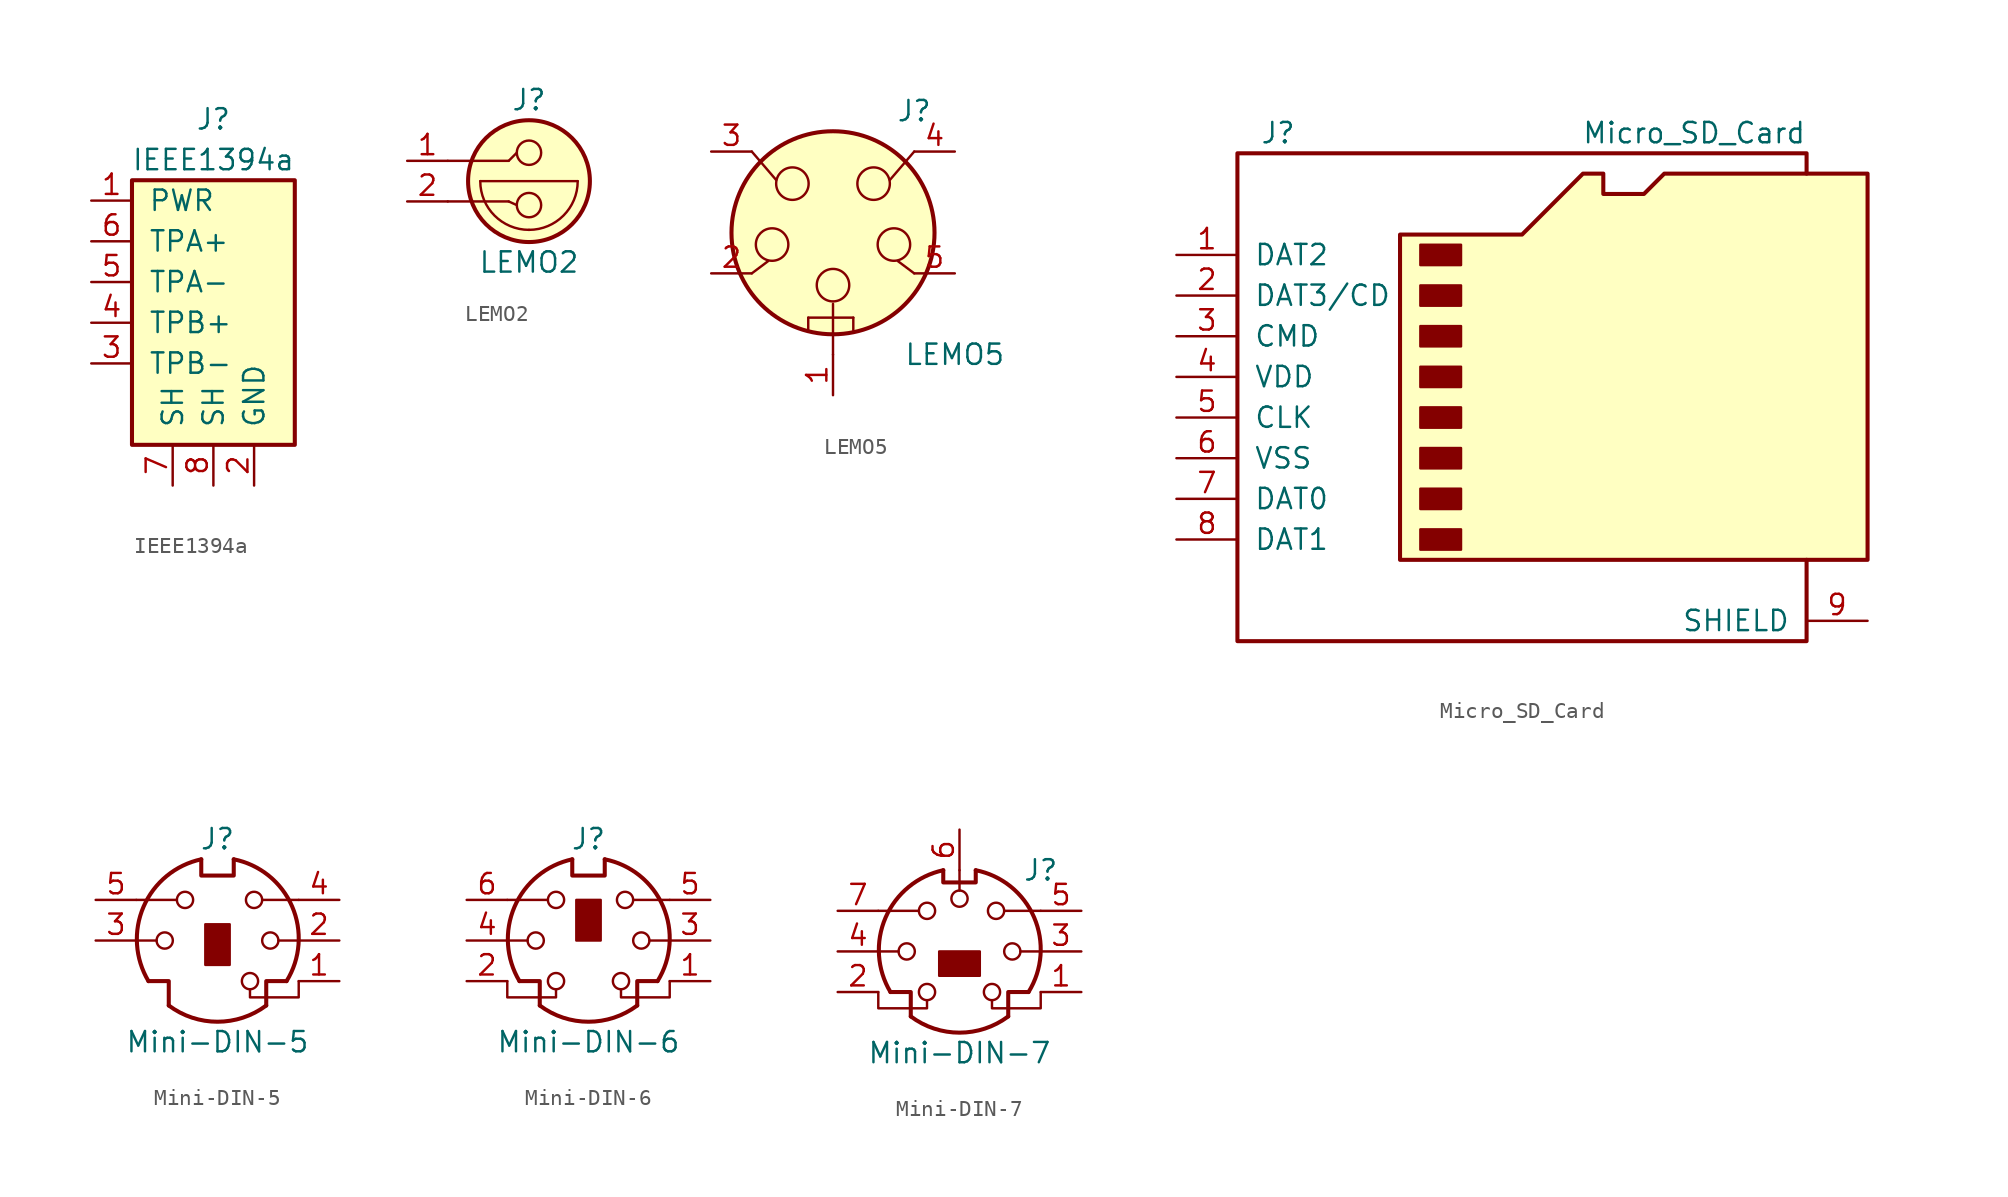
<source format=kicad_sym>
(kicad_symbol_lib
  (version 20220914)
  (generator kicad_symbol_editor)
  (symbol "IEEE1394a"
    (pin_names
      (offset 1.016))
    (property "Reference" "J"
      (at 0 12.7 0)
      (effects (font (size 1.27 1.27))))
    (property "Value" "IEEE1394a"
      (at 0 10.16 0)
      (effects (font (size 1.27 1.27))))
    (symbol "IEEE1394a_0_1"
      (rectangle (start -5.08 8.89) (end 5.08 -7.62) (stroke (width 0.254) (type default)) (fill (type background))))
    (symbol "IEEE1394a_1_1"
      (pin power_in line (at -7.62 7.62 0) (length 2.54) (name "PWR" (effects (font (size 1.27 1.27)))) (number "1" (effects (font (size 1.27 1.27)))))
      (pin power_in line (at 2.54 -10.16 90) (length 2.54) (name "GND" (effects (font (size 1.27 1.27)))) (number "2" (effects (font (size 1.27 1.27)))))
      (pin bidirectional line (at -7.62 -2.54 0) (length 2.54) (name "TPB-" (effects (font (size 1.27 1.27)))) (number "3" (effects (font (size 1.27 1.27)))))
      (pin bidirectional line (at -7.62 0 0) (length 2.54) (name "TPB+" (effects (font (size 1.27 1.27)))) (number "4" (effects (font (size 1.27 1.27)))))
      (pin bidirectional line (at -7.62 2.54 0) (length 2.54) (name "TPA-" (effects (font (size 1.27 1.27)))) (number "5" (effects (font (size 1.27 1.27)))))
      (pin bidirectional line (at -7.62 5.08 0) (length 2.54) (name "TPA+" (effects (font (size 1.27 1.27)))) (number "6" (effects (font (size 1.27 1.27)))))
      (pin passive line (at -2.54 -10.16 90) (length 2.54) (name "SH" (effects (font (size 1.27 1.27)))) (number "7" (effects (font (size 1.27 1.27)))))
      (pin passive line (at 0 -10.16 90) (length 2.54) (name "SH" (effects (font (size 1.27 1.27)))) (number "8" (effects (font (size 1.27 1.27)))))))
  (symbol "LEMO2"
    (pin_names
      (offset 1.016) hide)
    (property "Reference" "J"
      (at 0 6.35 0)
      (effects (font (size 1.27 1.27))))
    (property "Value" "LEMO2"
      (at 0 -3.81 0)
      (effects (font (size 1.27 1.27))))
    (symbol "LEMO2_0_1"
      (arc (start -3.048 1.27) (mid -2.1553 -0.8853) (end 0 -1.778) (stroke (width 0) (type default)) (fill (type none)))
      (arc (start 0 -1.778) (mid 2.1553 -0.8853) (end 3.048 1.27) (stroke (width 0) (type default)) (fill (type none)))
      (circle (center 0 -0.229) (radius 0.762) (stroke (width 0) (type default)) (fill (type none)))
      (polyline (pts (xy -5.08 0) (xy -1.27 0)) (stroke (width 0) (type default)) (fill (type none)))
      (polyline (pts (xy -5.08 2.54) (xy -1.27 2.54)) (stroke (width 0) (type default)) (fill (type none)))
      (polyline (pts (xy -3.048 1.27) (xy 3.048 1.27)) (stroke (width 0) (type default)) (fill (type none)))
      (polyline (pts (xy -1.27 2.54) (xy -0.762 3.048)) (stroke (width 0) (type default)) (fill (type none)))
      (polyline (pts (xy -0.762 -0.229) (xy -1.27 0)) (stroke (width 0) (type default)) (fill (type none)))
      (circle (center 0 1.27) (radius 3.81) (stroke (width 0.254) (type default)) (fill (type background)))
      (circle (center 0 3.048) (radius 0.762) (stroke (width 0) (type default)) (fill (type none))))
    (symbol "LEMO2_1_1"
      (pin passive line (at -7.62 2.54 0) (length 2.54) (name "~" (effects (font (size 1.27 1.27)))) (number "1" (effects (font (size 1.27 1.27)))))
      (pin passive line (at -7.62 0 0) (length 2.54) (name "~" (effects (font (size 1.27 1.27)))) (number "2" (effects (font (size 1.27 1.27)))))))
  (symbol "LEMO5"
    (pin_names
      (offset 1.016) hide)
    (property "Reference" "J"
      (at 5.08 7.62 0)
      (effects (font (size 1.27 1.27))))
    (property "Value" "LEMO5"
      (at 7.62 -7.62 0)
      (effects (font (size 1.27 1.27))))
    (symbol "LEMO5_0_1"
      (circle (center -3.81 -0.737) (radius 1.016) (stroke (width 0) (type default)) (fill (type none)))
      (circle (center -2.54 3.073) (radius 1.016) (stroke (width 0) (type default)) (fill (type none)))
      (circle (center 0 -3.277) (radius 1.016) (stroke (width 0) (type default)) (fill (type none)))
      (polyline (pts (xy -5.08 -2.54) (xy -4.064 -1.778)) (stroke (width 0) (type default)) (fill (type none)))
      (polyline (pts (xy -5.08 5.08) (xy -3.556 3.302)) (stroke (width 0) (type default)) (fill (type none)))
      (polyline (pts (xy -1.549 -6.096) (xy -1.549 -5.309)) (stroke (width 0) (type default)) (fill (type none)))
      (polyline (pts (xy -1.549 -5.309) (xy 1.27 -5.309)) (stroke (width 0) (type default)) (fill (type none)))
      (polyline (pts (xy 0 -7.62) (xy 0 -4.445)) (stroke (width 0) (type default)) (fill (type none)))
      (polyline (pts (xy 1.27 -5.309) (xy 1.27 -6.096)) (stroke (width 0) (type default)) (fill (type none)))
      (polyline (pts (xy 5.08 -2.54) (xy 4.064 -1.778)) (stroke (width 0) (type default)) (fill (type none)))
      (polyline (pts (xy 5.08 5.08) (xy 3.556 3.302)) (stroke (width 0) (type default)) (fill (type none)))
      (circle (center 0 0) (radius 6.35) (stroke (width 0.254) (type default)) (fill (type background)))
      (circle (center 2.54 3.073) (radius 1.016) (stroke (width 0) (type default)) (fill (type none)))
      (circle (center 3.81 -0.737) (radius 1.016) (stroke (width 0) (type default)) (fill (type none))))
    (symbol "LEMO5_1_1"
      (pin passive line (at 0 -10.16 90) (length 2.54) (name "~" (effects (font (size 1.27 1.27)))) (number "1" (effects (font (size 1.27 1.27)))))
      (pin passive line (at -7.62 -2.54 0) (length 2.54) (name "~" (effects (font (size 1.27 1.27)))) (number "2" (effects (font (size 1.27 1.27)))))
      (pin passive line (at -7.62 5.08 0) (length 2.54) (name "~" (effects (font (size 1.27 1.27)))) (number "3" (effects (font (size 1.27 1.27)))))
      (pin passive line (at 7.62 5.08 180) (length 2.54) (name "~" (effects (font (size 1.27 1.27)))) (number "4" (effects (font (size 1.27 1.27)))))
      (pin passive line (at 7.62 -2.54 180) (length 2.54) (name "~" (effects (font (size 1.27 1.27)))) (number "5" (effects (font (size 1.27 1.27)))))))
  (symbol "Micro_SD_Card"
    (pin_names
      (offset 1.016))
    (property "Reference" "J"
      (at -16.51 15.24 0)
      (effects (font (size 1.27 1.27))))
    (property "Value" "Micro_SD_Card"
      (at 16.51 15.24 0)
      (effects (font (size 1.27 1.27)) (justify right)))
    (symbol "Micro_SD_Card_0_1"
      (rectangle (start -7.62 -9.525) (end -5.08 -10.795) (stroke (width 0) (type default)) (fill (type outline)))
      (rectangle (start -7.62 -6.985) (end -5.08 -8.255) (stroke (width 0) (type default)) (fill (type outline)))
      (rectangle (start -7.62 -4.445) (end -5.08 -5.715) (stroke (width 0) (type default)) (fill (type outline)))
      (rectangle (start -7.62 -1.905) (end -5.08 -3.175) (stroke (width 0) (type default)) (fill (type outline)))
      (rectangle (start -7.62 0.635) (end -5.08 -0.635) (stroke (width 0) (type default)) (fill (type outline)))
      (rectangle (start -7.62 3.175) (end -5.08 1.905) (stroke (width 0) (type default)) (fill (type outline)))
      (rectangle (start -7.62 5.715) (end -5.08 4.445) (stroke (width 0) (type default)) (fill (type outline)))
      (rectangle (start -7.62 8.255) (end -5.08 6.985) (stroke (width 0) (type default)) (fill (type outline)))
      (polyline (pts (xy 16.51 12.7) (xy 16.51 13.97) (xy -19.05 13.97) (xy -19.05 -16.51) (xy 16.51 -16.51) (xy 16.51 -11.43)) (stroke (width 0.254) (type default)) (fill (type none)))
      (polyline (pts (xy -8.89 -11.43) (xy -8.89 8.89) (xy -1.27 8.89) (xy 2.54 12.7) (xy 3.81 12.7) (xy 3.81 11.43) (xy 6.35 11.43) (xy 7.62 12.7) (xy 20.32 12.7) (xy 20.32 -11.43) (xy -8.89 -11.43)) (stroke (width 0.254) (type default)) (fill (type background))))
    (symbol "Micro_SD_Card_1_1"
      (pin bidirectional line (at -22.86 7.62 0) (length 3.81) (name "DAT2" (effects (font (size 1.27 1.27)))) (number "1" (effects (font (size 1.27 1.27)))))
      (pin bidirectional line (at -22.86 5.08 0) (length 3.81) (name "DAT3/CD" (effects (font (size 1.27 1.27)))) (number "2" (effects (font (size 1.27 1.27)))))
      (pin input line (at -22.86 2.54 0) (length 3.81) (name "CMD" (effects (font (size 1.27 1.27)))) (number "3" (effects (font (size 1.27 1.27)))))
      (pin power_in line (at -22.86 0 0) (length 3.81) (name "VDD" (effects (font (size 1.27 1.27)))) (number "4" (effects (font (size 1.27 1.27)))))
      (pin input line (at -22.86 -2.54 0) (length 3.81) (name "CLK" (effects (font (size 1.27 1.27)))) (number "5" (effects (font (size 1.27 1.27)))))
      (pin power_in line (at -22.86 -5.08 0) (length 3.81) (name "VSS" (effects (font (size 1.27 1.27)))) (number "6" (effects (font (size 1.27 1.27)))))
      (pin bidirectional line (at -22.86 -7.62 0) (length 3.81) (name "DAT0" (effects (font (size 1.27 1.27)))) (number "7" (effects (font (size 1.27 1.27)))))
      (pin bidirectional line (at -22.86 -10.16 0) (length 3.81) (name "DAT1" (effects (font (size 1.27 1.27)))) (number "8" (effects (font (size 1.27 1.27)))))
      (pin passive line (at 20.32 -15.24 180) (length 3.81) (name "SHIELD" (effects (font (size 1.27 1.27)))) (number "9" (effects (font (size 1.27 1.27)))))))
  (symbol "Mini-DIN-5"
    (pin_names
      (offset 1.016))
    (property "Reference" "J"
      (at 0 6.35 0)
      (effects (font (size 1.27 1.27))))
    (property "Value" "Mini-DIN-5"
      (at 0 -6.35 0)
      (effects (font (size 1.27 1.27))))
    (symbol "Mini-DIN-5_0_1"
      (circle (center -3.302 0) (radius 0.508) (stroke (width 0) (type default)) (fill (type none)))
      (arc (start -3.048 -4.064) (mid 0 -5.08) (end 3.048 -4.064) (stroke (width 0.254) (type default)) (fill (type none)))
      (circle (center -2.032 2.54) (radius 0.508) (stroke (width 0) (type default)) (fill (type none)))
      (arc (start -1.016 5.08) (mid -4.6228 2.1214) (end -4.318 -2.54) (stroke (width 0.254) (type default)) (fill (type none)))
      (rectangle (start -0.762 1.016) (end 0.762 -1.524) (stroke (width 0) (type default)) (fill (type outline)))
      (polyline (pts (xy -3.81 0) (xy -5.08 0)) (stroke (width 0) (type default)) (fill (type none)))
      (polyline (pts (xy -2.54 2.54) (xy -5.08 2.54)) (stroke (width 0) (type default)) (fill (type none)))
      (polyline (pts (xy 2.794 2.54) (xy 5.08 2.54)) (stroke (width 0) (type default)) (fill (type none)))
      (polyline (pts (xy 5.08 0) (xy 3.81 0)) (stroke (width 0) (type default)) (fill (type none)))
      (polyline (pts (xy -4.318 -2.54) (xy -3.048 -2.54) (xy -3.048 -4.064)) (stroke (width 0.254) (type default)) (fill (type none)))
      (polyline (pts (xy 4.318 -2.54) (xy 3.048 -2.54) (xy 3.048 -4.064)) (stroke (width 0.254) (type default)) (fill (type none)))
      (polyline (pts (xy -1.016 5.08) (xy -1.016 4.064) (xy 1.016 4.064) (xy 1.016 5.08)) (stroke (width 0.254) (type default)) (fill (type none)))
      (polyline (pts (xy 2.032 -3.048) (xy 2.032 -3.556) (xy 5.08 -3.556) (xy 5.08 -2.54)) (stroke (width 0) (type default)) (fill (type none)))
      (circle (center 2.032 -2.54) (radius 0.508) (stroke (width 0) (type default)) (fill (type none)))
      (circle (center 2.286 2.54) (radius 0.508) (stroke (width 0) (type default)) (fill (type none)))
      (circle (center 3.302 0) (radius 0.508) (stroke (width 0) (type default)) (fill (type none)))
      (arc (start 4.318 -2.54) (mid 4.6661 2.1322) (end 1.016 5.08) (stroke (width 0.254) (type default)) (fill (type none))))
    (symbol "Mini-DIN-5_1_1"
      (pin passive line (at 7.62 -2.54 180) (length 2.54) (name "~" (effects (font (size 1.27 1.27)))) (number "1" (effects (font (size 1.27 1.27)))))
      (pin passive line (at 7.62 0 180) (length 2.54) (name "~" (effects (font (size 1.27 1.27)))) (number "2" (effects (font (size 1.27 1.27)))))
      (pin passive line (at -7.62 0 0) (length 2.54) (name "~" (effects (font (size 1.27 1.27)))) (number "3" (effects (font (size 1.27 1.27)))))
      (pin passive line (at 7.62 2.54 180) (length 2.54) (name "~" (effects (font (size 1.27 1.27)))) (number "4" (effects (font (size 1.27 1.27)))))
      (pin passive line (at -7.62 2.54 0) (length 2.54) (name "~" (effects (font (size 1.27 1.27)))) (number "5" (effects (font (size 1.27 1.27)))))))
  (symbol "Mini-DIN-6"
    (pin_names
      (offset 1.016))
    (property "Reference" "J"
      (at 0 6.35 0)
      (effects (font (size 1.27 1.27))))
    (property "Value" "Mini-DIN-6"
      (at 0 -6.35 0)
      (effects (font (size 1.27 1.27))))
    (symbol "Mini-DIN-6_0_1"
      (circle (center -3.302 0) (radius 0.508) (stroke (width 0) (type default)) (fill (type none)))
      (arc (start -3.048 -4.064) (mid 0 -5.08) (end 3.048 -4.064) (stroke (width 0.254) (type default)) (fill (type none)))
      (circle (center -2.032 -2.54) (radius 0.508) (stroke (width 0) (type default)) (fill (type none)))
      (circle (center -2.032 2.54) (radius 0.508) (stroke (width 0) (type default)) (fill (type none)))
      (arc (start -1.016 5.08) (mid -4.6228 2.1214) (end -4.318 -2.54) (stroke (width 0.254) (type default)) (fill (type none)))
      (rectangle (start -0.762 2.54) (end 0.762 0) (stroke (width 0) (type default)) (fill (type outline)))
      (polyline (pts (xy -3.81 0) (xy -5.08 0)) (stroke (width 0) (type default)) (fill (type none)))
      (polyline (pts (xy -2.54 2.54) (xy -5.08 2.54)) (stroke (width 0) (type default)) (fill (type none)))
      (polyline (pts (xy 2.794 2.54) (xy 5.08 2.54)) (stroke (width 0) (type default)) (fill (type none)))
      (polyline (pts (xy 5.08 0) (xy 3.81 0)) (stroke (width 0) (type default)) (fill (type none)))
      (polyline (pts (xy -4.318 -2.54) (xy -3.048 -2.54) (xy -3.048 -4.064)) (stroke (width 0.254) (type default)) (fill (type none)))
      (polyline (pts (xy 4.318 -2.54) (xy 3.048 -2.54) (xy 3.048 -4.064)) (stroke (width 0.254) (type default)) (fill (type none)))
      (polyline (pts (xy -2.032 -3.048) (xy -2.032 -3.556) (xy -5.08 -3.556) (xy -5.08 -2.54)) (stroke (width 0) (type default)) (fill (type none)))
      (polyline (pts (xy -1.016 5.08) (xy -1.016 4.064) (xy 1.016 4.064) (xy 1.016 5.08)) (stroke (width 0.254) (type default)) (fill (type none)))
      (polyline (pts (xy 2.032 -3.048) (xy 2.032 -3.556) (xy 5.08 -3.556) (xy 5.08 -2.54)) (stroke (width 0) (type default)) (fill (type none)))
      (circle (center 2.032 -2.54) (radius 0.508) (stroke (width 0) (type default)) (fill (type none)))
      (circle (center 2.286 2.54) (radius 0.508) (stroke (width 0) (type default)) (fill (type none)))
      (circle (center 3.302 0) (radius 0.508) (stroke (width 0) (type default)) (fill (type none)))
      (arc (start 4.318 -2.54) (mid 4.6661 2.1322) (end 1.016 5.08) (stroke (width 0.254) (type default)) (fill (type none))))
    (symbol "Mini-DIN-6_1_1"
      (pin passive line (at 7.62 -2.54 180) (length 2.54) (name "~" (effects (font (size 1.27 1.27)))) (number "1" (effects (font (size 1.27 1.27)))))
      (pin passive line (at -7.62 -2.54 0) (length 2.54) (name "~" (effects (font (size 1.27 1.27)))) (number "2" (effects (font (size 1.27 1.27)))))
      (pin passive line (at 7.62 0 180) (length 2.54) (name "~" (effects (font (size 1.27 1.27)))) (number "3" (effects (font (size 1.27 1.27)))))
      (pin passive line (at -7.62 0 0) (length 2.54) (name "~" (effects (font (size 1.27 1.27)))) (number "4" (effects (font (size 1.27 1.27)))))
      (pin passive line (at 7.62 2.54 180) (length 2.54) (name "~" (effects (font (size 1.27 1.27)))) (number "5" (effects (font (size 1.27 1.27)))))
      (pin passive line (at -7.62 2.54 0) (length 2.54) (name "~" (effects (font (size 1.27 1.27)))) (number "6" (effects (font (size 1.27 1.27)))))))
  (symbol "Mini-DIN-7"
    (pin_names
      (offset 1.016))
    (property "Reference" "J"
      (at 5.08 5.08 0)
      (effects (font (size 1.27 1.27))))
    (property "Value" "Mini-DIN-7"
      (at 0 -6.35 0)
      (effects (font (size 1.27 1.27))))
    (symbol "Mini-DIN-7_0_1"
      (circle (center -3.302 0) (radius 0.508) (stroke (width 0) (type default)) (fill (type none)))
      (arc (start -3.048 -4.064) (mid 0 -5.08) (end 3.048 -4.064) (stroke (width 0.254) (type default)) (fill (type none)))
      (circle (center -2.032 -2.54) (radius 0.508) (stroke (width 0) (type default)) (fill (type none)))
      (circle (center -2.032 2.54) (radius 0.508) (stroke (width 0) (type default)) (fill (type none)))
      (arc (start -1.016 5.08) (mid -4.6228 2.1214) (end -4.318 -2.54) (stroke (width 0.254) (type default)) (fill (type none)))
      (polyline (pts (xy -3.81 0) (xy -5.08 0)) (stroke (width 0) (type default)) (fill (type none)))
      (polyline (pts (xy -2.54 2.54) (xy -5.08 2.54)) (stroke (width 0) (type default)) (fill (type none)))
      (polyline (pts (xy 0 3.81) (xy 0 5.08)) (stroke (width 0) (type default)) (fill (type none)))
      (polyline (pts (xy 2.794 2.54) (xy 5.08 2.54)) (stroke (width 0) (type default)) (fill (type none)))
      (polyline (pts (xy 5.08 0) (xy 3.81 0)) (stroke (width 0) (type default)) (fill (type none)))
      (polyline (pts (xy -4.318 -2.54) (xy -3.048 -2.54) (xy -3.048 -4.064)) (stroke (width 0.254) (type default)) (fill (type none)))
      (polyline (pts (xy 4.318 -2.54) (xy 3.048 -2.54) (xy 3.048 -4.064)) (stroke (width 0.254) (type default)) (fill (type none)))
      (polyline (pts (xy -2.032 -3.048) (xy -2.032 -3.556) (xy -5.08 -3.556) (xy -5.08 -2.54)) (stroke (width 0) (type default)) (fill (type none)))
      (polyline (pts (xy -1.016 5.08) (xy -1.016 4.318) (xy 1.016 4.318) (xy 1.016 5.08)) (stroke (width 0.254) (type default)) (fill (type none)))
      (polyline (pts (xy 2.032 -3.048) (xy 2.032 -3.556) (xy 5.08 -3.556) (xy 5.08 -2.54)) (stroke (width 0) (type default)) (fill (type none)))
      (circle (center 0 3.302) (radius 0.508) (stroke (width 0) (type default)) (fill (type none)))
      (circle (center 2.032 -2.54) (radius 0.508) (stroke (width 0) (type default)) (fill (type none)))
      (circle (center 2.286 2.54) (radius 0.508) (stroke (width 0) (type default)) (fill (type none)))
      (circle (center 3.302 0) (radius 0.508) (stroke (width 0) (type default)) (fill (type none)))
      (arc (start 4.318 -2.54) (mid 4.6661 2.1322) (end 1.016 5.08) (stroke (width 0.254) (type default)) (fill (type none))))
    (symbol "Mini-DIN-7_1_1"
      (rectangle (start -1.27 -1.524) (end 1.27 0) (stroke (width 0) (type default)) (fill (type outline)))
      (pin passive line (at 7.62 -2.54 180) (length 2.54) (name "~" (effects (font (size 1.27 1.27)))) (number "1" (effects (font (size 1.27 1.27)))))
      (pin passive line (at -7.62 -2.54 0) (length 2.54) (name "~" (effects (font (size 1.27 1.27)))) (number "2" (effects (font (size 1.27 1.27)))))
      (pin passive line (at 7.62 0 180) (length 2.54) (name "~" (effects (font (size 1.27 1.27)))) (number "3" (effects (font (size 1.27 1.27)))))
      (pin passive line (at -7.62 0 0) (length 2.54) (name "~" (effects (font (size 1.27 1.27)))) (number "4" (effects (font (size 1.27 1.27)))))
      (pin passive line (at 7.62 2.54 180) (length 2.54) (name "~" (effects (font (size 1.27 1.27)))) (number "5" (effects (font (size 1.27 1.27)))))
      (pin passive line (at 0 7.62 270) (length 2.54) (name "~" (effects (font (size 1.27 1.27)))) (number "6" (effects (font (size 1.27 1.27)))))
      (pin passive line (at -7.62 2.54 0) (length 2.54) (name "~" (effects (font (size 1.27 1.27)))) (number "7" (effects (font (size 1.27 1.27))))))))
</source>
